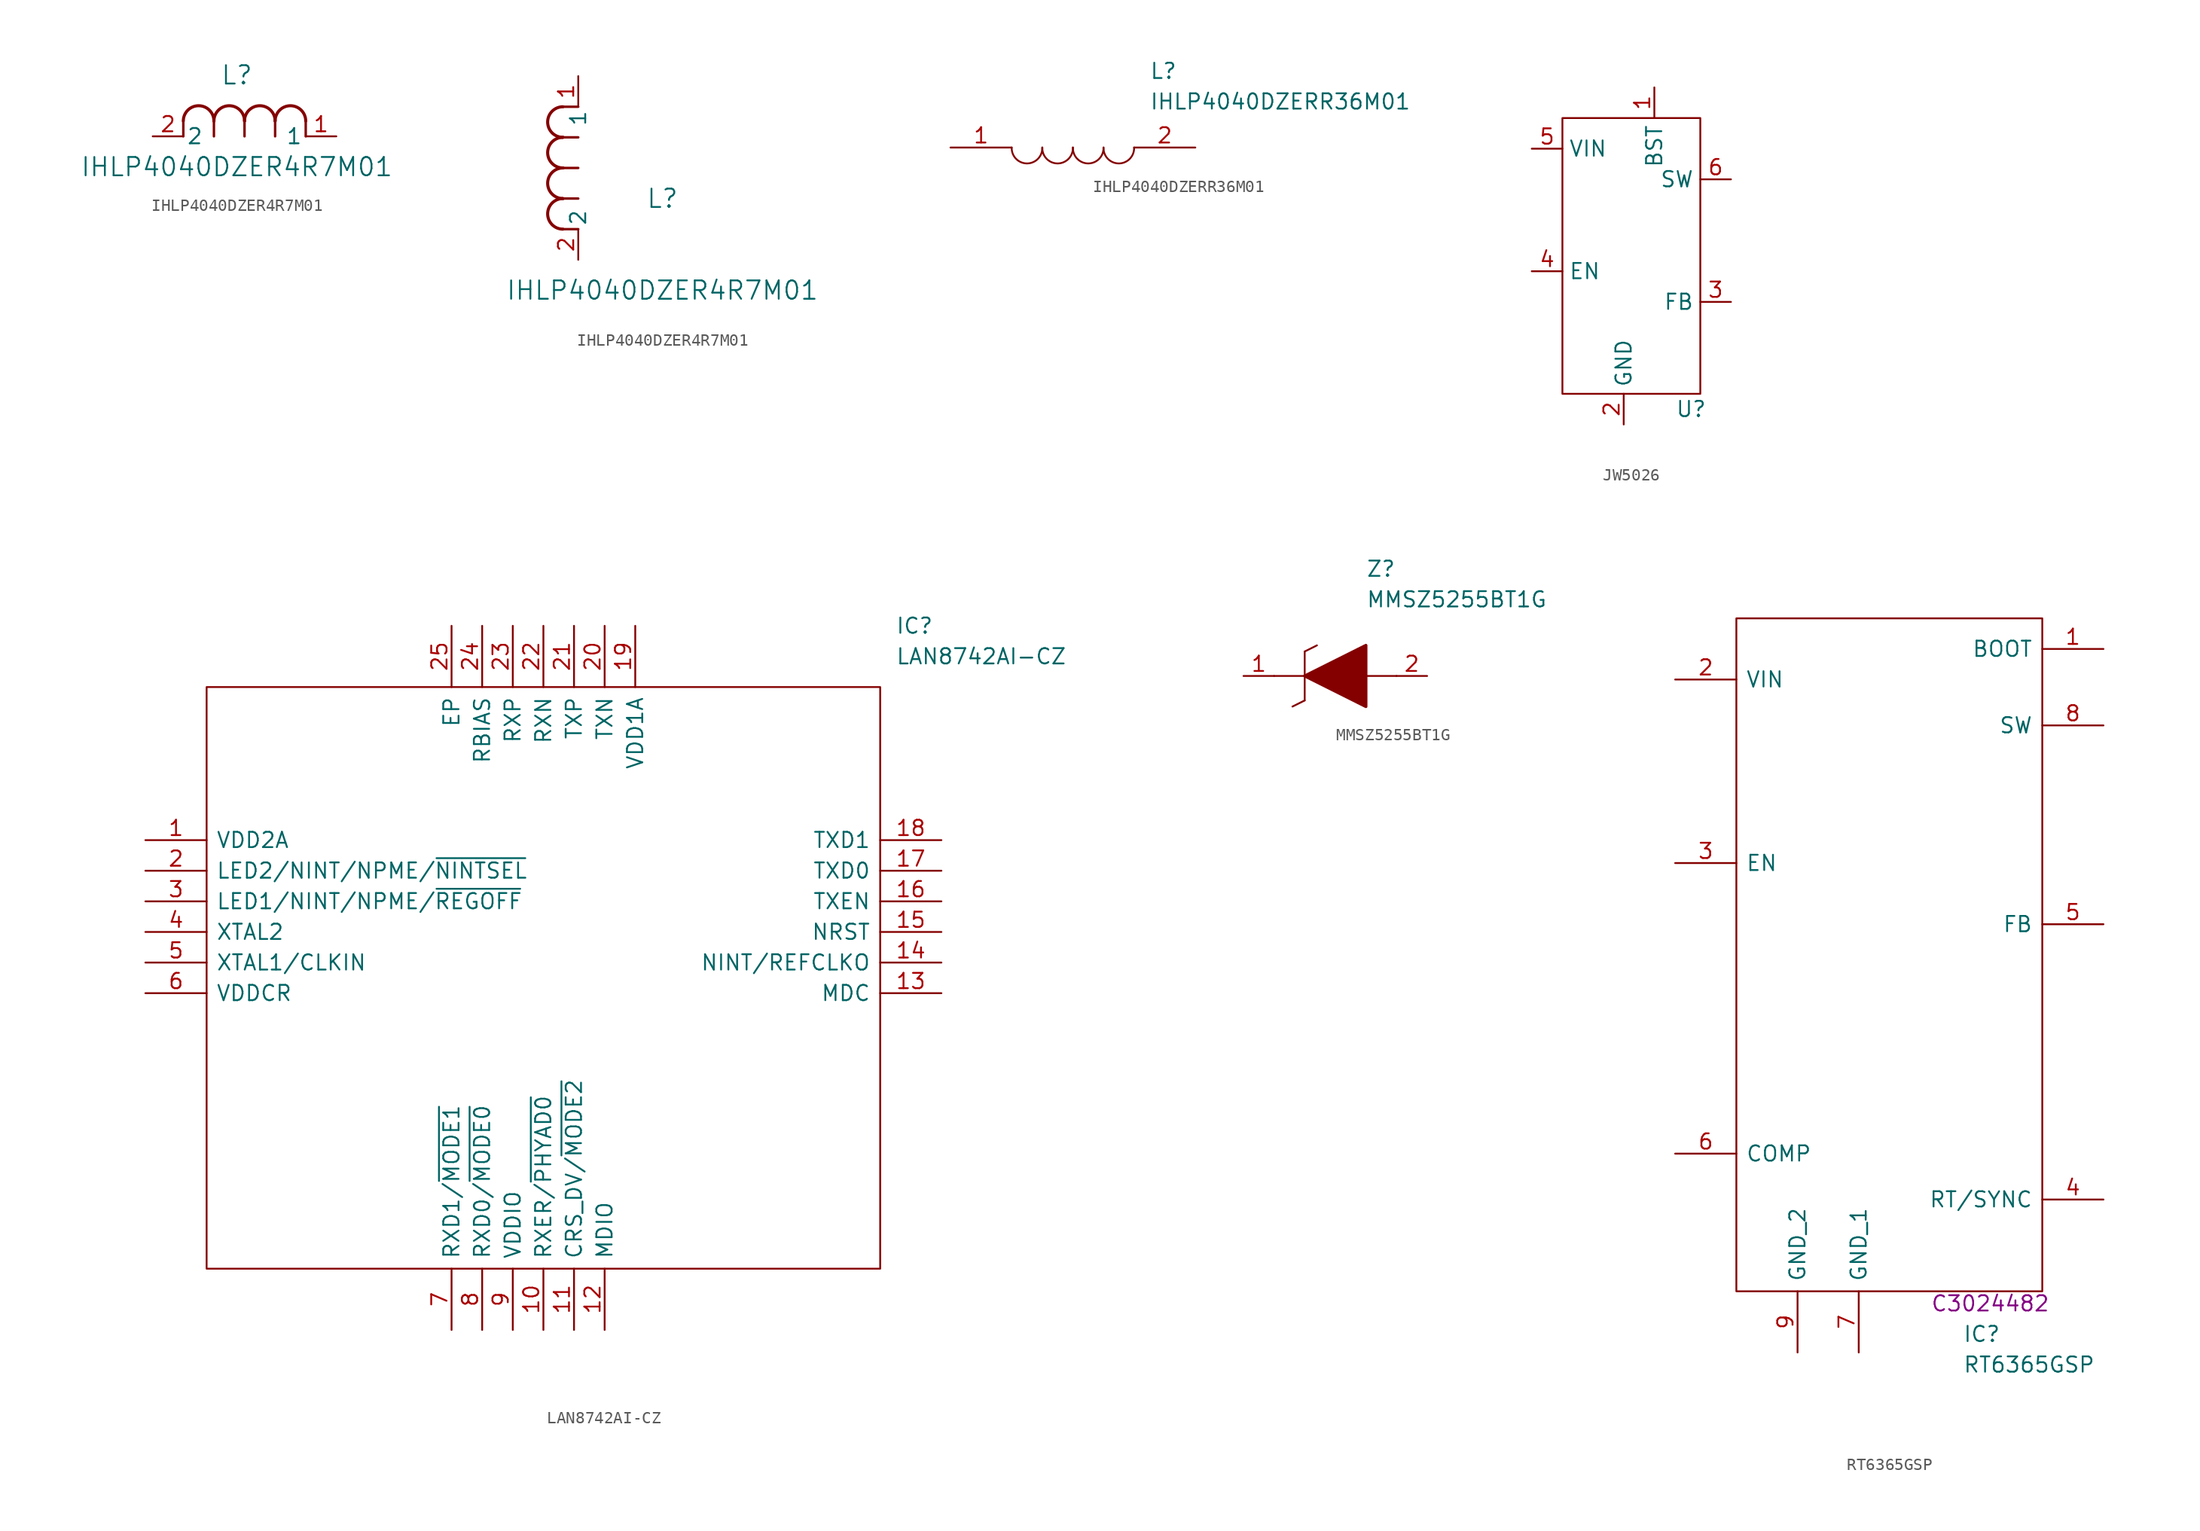
<source format=kicad_sym>
(kicad_symbol_lib
  (version 20231120)
  (generator "kicad_symbol_editor")
  (generator_version "8.0")
  (symbol "IHLP4040DZER4R7M01"
    (pin_names
      (offset 0.254))
    (property "Reference" "L"
      (at 6.985 5.08 0)
      (effects (font (size 1.524 1.524))))
    (property "Value" "IHLP4040DZER4R7M01"
      (at 6.985 -2.54 0)
      (effects (font (size 1.524 1.524))))
    (property "ki_locked" ""
      (at 0 0 0)
      (effects (font (size 1.27 1.27))))
    (symbol "IHLP4040DZER4R7M01_1_1"
      (polyline (pts (xy 2.54 0) (xy 2.54 1.27)) (stroke (width 0.203) (type default)) (fill (type none)))
      (polyline (pts (xy 5.08 0) (xy 5.08 1.27)) (stroke (width 0.203) (type default)) (fill (type none)))
      (polyline (pts (xy 7.62 0) (xy 7.62 1.27)) (stroke (width 0.203) (type default)) (fill (type none)))
      (polyline (pts (xy 10.16 0) (xy 10.16 1.27)) (stroke (width 0.203) (type default)) (fill (type none)))
      (polyline (pts (xy 12.7 0) (xy 12.7 1.27)) (stroke (width 0.203) (type default)) (fill (type none)))
      (arc (start 5.08 1.27) (mid 3.81 2.5344) (end 2.54 1.27) (stroke (width 0.254) (type default)) (fill (type none)))
      (arc (start 7.62 1.27) (mid 6.35 2.5344) (end 5.08 1.27) (stroke (width 0.254) (type default)) (fill (type none)))
      (arc (start 10.16 1.27) (mid 8.89 2.5344) (end 7.62 1.27) (stroke (width 0.254) (type default)) (fill (type none)))
      (arc (start 12.7 1.27) (mid 11.43 2.5344) (end 10.16 1.27) (stroke (width 0.254) (type default)) (fill (type none)))
      (pin unspecified line (at 15.24 0 180) (length 2.54) (name "1" (effects (font (size 1.27 1.27)))) (number "1" (effects (font (size 1.27 1.27)))))
      (pin unspecified line (at 0 0 0) (length 2.54) (name "2" (effects (font (size 1.27 1.27)))) (number "2" (effects (font (size 1.27 1.27))))))
    (symbol "IHLP4040DZER4R7M01_1_2"
      (arc (start -1.27 5.08) (mid -2.5344 3.81) (end -1.27 2.54) (stroke (width 0.254) (type default)) (fill (type none)))
      (arc (start -1.27 7.62) (mid -2.5344 6.35) (end -1.27 5.08) (stroke (width 0.254) (type default)) (fill (type none)))
      (arc (start -1.27 10.16) (mid -2.5344 8.89) (end -1.27 7.62) (stroke (width 0.254) (type default)) (fill (type none)))
      (arc (start -1.27 12.7) (mid -2.5344 11.43) (end -1.27 10.16) (stroke (width 0.254) (type default)) (fill (type none)))
      (polyline (pts (xy 0 2.54) (xy -1.27 2.54)) (stroke (width 0.203) (type default)) (fill (type none)))
      (polyline (pts (xy 0 5.08) (xy -1.27 5.08)) (stroke (width 0.203) (type default)) (fill (type none)))
      (polyline (pts (xy 0 7.62) (xy -1.27 7.62)) (stroke (width 0.203) (type default)) (fill (type none)))
      (polyline (pts (xy 0 10.16) (xy -1.27 10.16)) (stroke (width 0.203) (type default)) (fill (type none)))
      (polyline (pts (xy 0 12.7) (xy -1.27 12.7)) (stroke (width 0.203) (type default)) (fill (type none)))
      (pin unspecified line (at 0 15.24 270) (length 2.54) (name "1" (effects (font (size 1.27 1.27)))) (number "1" (effects (font (size 1.27 1.27)))))
      (pin unspecified line (at 0 0 90) (length 2.54) (name "2" (effects (font (size 1.27 1.27)))) (number "2" (effects (font (size 1.27 1.27)))))))
  (symbol "IHLP4040DZERR36M01"
    (pin_names
      (offset 0.762))
    (property "Reference" "L"
      (at 16.51 6.35 0)
      (effects (font (size 1.27 1.27)) (justify left)))
    (property "Value" "IHLP4040DZERR36M01"
      (at 16.51 3.81 0)
      (effects (font (size 1.27 1.27)) (justify left)))
    (symbol "IHLP4040DZERR36M01_0_0"
      (pin passive line (at 0 0 0) (length 5.08) (name "~" (effects (font (size 1.27 1.27)))) (number "1" (effects (font (size 1.27 1.27)))))
      (pin passive line (at 20.32 0 180) (length 5.08) (name "~" (effects (font (size 1.27 1.27)))) (number "2" (effects (font (size 1.27 1.27))))))
    (symbol "IHLP4040DZERR36M01_0_1"
      (arc (start 5.08 0) (mid 6.35 -1.3218) (end 7.62 0) (stroke (width 0.1524) (type solid)) (fill (type none)))
      (arc (start 7.62 0) (mid 8.89 -1.3218) (end 10.16 0) (stroke (width 0.1524) (type solid)) (fill (type none)))
      (arc (start 10.16 0) (mid 11.43 -1.3218) (end 12.7 0) (stroke (width 0.1524) (type solid)) (fill (type none)))
      (arc (start 12.7 0) (mid 13.97 -1.3218) (end 15.24 0) (stroke (width 0.1524) (type solid)) (fill (type none)))))
  (symbol "JW5026"
    (property "Reference" "U"
      (at 6.858 -17.78 0)
      (effects (font (size 1.27 1.27))))
    (property "Value" ""
      (at 0 0 0)
      (effects (font (size 1.27 1.27))))
    (symbol "JW5026_0_1"
      (rectangle (start -3.81 6.35) (end 7.62 -16.51) (stroke (width 0) (type default)) (fill (type none))))
    (symbol "JW5026_1_1"
      (pin input line (at 3.81 8.89 270) (length 2.54) (name "BST" (effects (font (size 1.27 1.27)))) (number "1" (effects (font (size 1.27 1.27)))))
      (pin passive line (at 1.27 -19.05 90) (length 2.54) (name "GND" (effects (font (size 1.27 1.27)))) (number "2" (effects (font (size 1.27 1.27)))))
      (pin input line (at 10.16 -8.89 180) (length 2.54) (name "FB" (effects (font (size 1.27 1.27)))) (number "3" (effects (font (size 1.27 1.27)))))
      (pin input line (at -6.35 -6.35 0) (length 2.54) (name "EN" (effects (font (size 1.27 1.27)))) (number "4" (effects (font (size 1.27 1.27)))))
      (pin power_in line (at -6.35 3.81 0) (length 2.54) (name "VIN" (effects (font (size 1.27 1.27)))) (number "5" (effects (font (size 1.27 1.27)))))
      (pin output line (at 10.16 1.27 180) (length 2.54) (name "SW" (effects (font (size 1.27 1.27)))) (number "6" (effects (font (size 1.27 1.27)))))))
  (symbol "LAN8742AI-CZ"
    (pin_names
      (offset 0.762))
    (property "Reference" "IC"
      (at 62.23 17.78 0)
      (effects (font (size 1.27 1.27)) (justify left)))
    (property "Value" "LAN8742AI-CZ"
      (at 62.23 15.24 0)
      (effects (font (size 1.27 1.27)) (justify left)))
    (symbol "LAN8742AI-CZ_0_0"
      (pin passive line (at 0 0 0) (length 5.08) (name "VDD2A" (effects (font (size 1.27 1.27)))) (number "1" (effects (font (size 1.27 1.27)))))
      (pin passive line (at 33.02 -40.64 90) (length 5.08) (name "RXER/~{PHYAD0}" (effects (font (size 1.27 1.27)))) (number "10" (effects (font (size 1.27 1.27)))))
      (pin passive line (at 35.56 -40.64 90) (length 5.08) (name "CRS_DV/~{MODE2}" (effects (font (size 1.27 1.27)))) (number "11" (effects (font (size 1.27 1.27)))))
      (pin passive line (at 38.1 -40.64 90) (length 5.08) (name "MDIO" (effects (font (size 1.27 1.27)))) (number "12" (effects (font (size 1.27 1.27)))))
      (pin passive line (at 66.04 -12.7 180) (length 5.08) (name "MDC" (effects (font (size 1.27 1.27)))) (number "13" (effects (font (size 1.27 1.27)))))
      (pin passive line (at 66.04 -10.16 180) (length 5.08) (name "NINT/REFCLKO" (effects (font (size 1.27 1.27)))) (number "14" (effects (font (size 1.27 1.27)))))
      (pin passive line (at 66.04 -7.62 180) (length 5.08) (name "NRST" (effects (font (size 1.27 1.27)))) (number "15" (effects (font (size 1.27 1.27)))))
      (pin passive line (at 66.04 -5.08 180) (length 5.08) (name "TXEN" (effects (font (size 1.27 1.27)))) (number "16" (effects (font (size 1.27 1.27)))))
      (pin passive line (at 66.04 -2.54 180) (length 5.08) (name "TXD0" (effects (font (size 1.27 1.27)))) (number "17" (effects (font (size 1.27 1.27)))))
      (pin passive line (at 66.04 0 180) (length 5.08) (name "TXD1" (effects (font (size 1.27 1.27)))) (number "18" (effects (font (size 1.27 1.27)))))
      (pin passive line (at 40.64 17.78 270) (length 5.08) (name "VDD1A" (effects (font (size 1.27 1.27)))) (number "19" (effects (font (size 1.27 1.27)))))
      (pin passive line (at 0 -2.54 0) (length 5.08) (name "LED2/NINT/NPME/~{NINTSEL}" (effects (font (size 1.27 1.27)))) (number "2" (effects (font (size 1.27 1.27)))))
      (pin passive line (at 38.1 17.78 270) (length 5.08) (name "TXN" (effects (font (size 1.27 1.27)))) (number "20" (effects (font (size 1.27 1.27)))))
      (pin passive line (at 35.56 17.78 270) (length 5.08) (name "TXP" (effects (font (size 1.27 1.27)))) (number "21" (effects (font (size 1.27 1.27)))))
      (pin passive line (at 33.02 17.78 270) (length 5.08) (name "RXN" (effects (font (size 1.27 1.27)))) (number "22" (effects (font (size 1.27 1.27)))))
      (pin passive line (at 30.48 17.78 270) (length 5.08) (name "RXP" (effects (font (size 1.27 1.27)))) (number "23" (effects (font (size 1.27 1.27)))))
      (pin passive line (at 27.94 17.78 270) (length 5.08) (name "RBIAS" (effects (font (size 1.27 1.27)))) (number "24" (effects (font (size 1.27 1.27)))))
      (pin passive line (at 25.4 17.78 270) (length 5.08) (name "EP" (effects (font (size 1.27 1.27)))) (number "25" (effects (font (size 1.27 1.27)))))
      (pin passive line (at 0 -5.08 0) (length 5.08) (name "LED1/NINT/NPME/~{REGOFF}" (effects (font (size 1.27 1.27)))) (number "3" (effects (font (size 1.27 1.27)))))
      (pin passive line (at 0 -7.62 0) (length 5.08) (name "XTAL2" (effects (font (size 1.27 1.27)))) (number "4" (effects (font (size 1.27 1.27)))))
      (pin passive line (at 0 -10.16 0) (length 5.08) (name "XTAL1/CLKIN" (effects (font (size 1.27 1.27)))) (number "5" (effects (font (size 1.27 1.27)))))
      (pin passive line (at 0 -12.7 0) (length 5.08) (name "VDDCR" (effects (font (size 1.27 1.27)))) (number "6" (effects (font (size 1.27 1.27)))))
      (pin passive line (at 25.4 -40.64 90) (length 5.08) (name "RXD1/~{MODE1}" (effects (font (size 1.27 1.27)))) (number "7" (effects (font (size 1.27 1.27)))))
      (pin passive line (at 27.94 -40.64 90) (length 5.08) (name "RXD0/~{MODE0}" (effects (font (size 1.27 1.27)))) (number "8" (effects (font (size 1.27 1.27)))))
      (pin passive line (at 30.48 -40.64 90) (length 5.08) (name "VDDIO" (effects (font (size 1.27 1.27)))) (number "9" (effects (font (size 1.27 1.27))))))
    (symbol "LAN8742AI-CZ_0_1"
      (polyline (pts (xy 5.08 12.7) (xy 60.96 12.7) (xy 60.96 -35.56) (xy 5.08 -35.56) (xy 5.08 12.7)) (stroke (width 0.152) (type solid)) (fill (type none)))))
  (symbol "MMSZ5255BT1G"
    (pin_names
      (offset 0.762))
    (property "Reference" "Z"
      (at 10.16 8.89 0)
      (effects (font (size 1.27 1.27)) (justify left)))
    (property "Value" "MMSZ5255BT1G"
      (at 10.16 6.35 0)
      (effects (font (size 1.27 1.27)) (justify left)))
    (symbol "MMSZ5255BT1G_0_0"
      (pin passive line (at 0 0 0) (length 2.54) (name "~" (effects (font (size 1.27 1.27)))) (number "1" (effects (font (size 1.27 1.27)))))
      (pin passive line (at 15.24 0 180) (length 2.54) (name "~" (effects (font (size 1.27 1.27)))) (number "2" (effects (font (size 1.27 1.27))))))
    (symbol "MMSZ5255BT1G_0_1"
      (polyline (pts (xy 2.54 0) (xy 5.08 0)) (stroke (width 0.152) (type solid)) (fill (type none)))
      (polyline (pts (xy 4.064 -2.54) (xy 5.08 -2.032)) (stroke (width 0.152) (type solid)) (fill (type none)))
      (polyline (pts (xy 5.08 2.032) (xy 5.08 -2.032)) (stroke (width 0.152) (type solid)) (fill (type none)))
      (polyline (pts (xy 5.08 2.032) (xy 6.096 2.54)) (stroke (width 0.152) (type solid)) (fill (type none)))
      (polyline (pts (xy 12.7 0) (xy 10.16 0)) (stroke (width 0.152) (type solid)) (fill (type none)))
      (polyline (pts (xy 5.08 0) (xy 10.16 2.54) (xy 10.16 -2.54) (xy 5.08 0)) (stroke (width 0.254) (type solid)) (fill (type outline)))))
  (symbol "RT6365GSP"
    (pin_names
      (offset 0.762))
    (property "Reference" "IC"
      (at 23.876 -56.896 0)
      (effects (font (size 1.27 1.27)) (justify left)))
    (property "Value" "RT6365GSP"
      (at 23.876 -59.436 0)
      (effects (font (size 1.27 1.27)) (justify left)))
    (property "LCSC Part # " "C3024482"
      (at 26.162 -54.356 0)
      (effects (font (size 1.27 1.27))))
    (symbol "RT6365GSP_0_0"
      (pin passive line (at 35.56 0 180) (length 5.08) (name "BOOT" (effects (font (size 1.27 1.27)))) (number "1" (effects (font (size 1.27 1.27)))))
      (pin passive line (at 0 -2.54 0) (length 5.08) (name "VIN" (effects (font (size 1.27 1.27)))) (number "2" (effects (font (size 1.27 1.27)))))
      (pin passive line (at 0 -17.78 0) (length 5.08) (name "EN" (effects (font (size 1.27 1.27)))) (number "3" (effects (font (size 1.27 1.27)))))
      (pin passive line (at 35.56 -45.72 180) (length 5.08) (name "RT/SYNC" (effects (font (size 1.27 1.27)))) (number "4" (effects (font (size 1.27 1.27)))))
      (pin passive line (at 35.56 -22.86 180) (length 5.08) (name "FB" (effects (font (size 1.27 1.27)))) (number "5" (effects (font (size 1.27 1.27)))))
      (pin passive line (at 0 -41.91 0) (length 5.08) (name "COMP" (effects (font (size 1.27 1.27)))) (number "6" (effects (font (size 1.27 1.27)))))
      (pin passive line (at 15.24 -58.42 90) (length 5.08) (name "GND_1" (effects (font (size 1.27 1.27)))) (number "7" (effects (font (size 1.27 1.27)))))
      (pin passive line (at 35.56 -6.35 180) (length 5.08) (name "SW" (effects (font (size 1.27 1.27)))) (number "8" (effects (font (size 1.27 1.27)))))
      (pin passive line (at 10.16 -58.42 90) (length 5.08) (name "GND_2" (effects (font (size 1.27 1.27)))) (number "9" (effects (font (size 1.27 1.27))))))
    (symbol "RT6365GSP_0_1"
      (polyline (pts (xy 5.08 2.54) (xy 30.48 2.54) (xy 30.48 -53.34) (xy 5.08 -53.34) (xy 5.08 2.54)) (stroke (width 0.152) (type solid)) (fill (type none))))))
</source>
